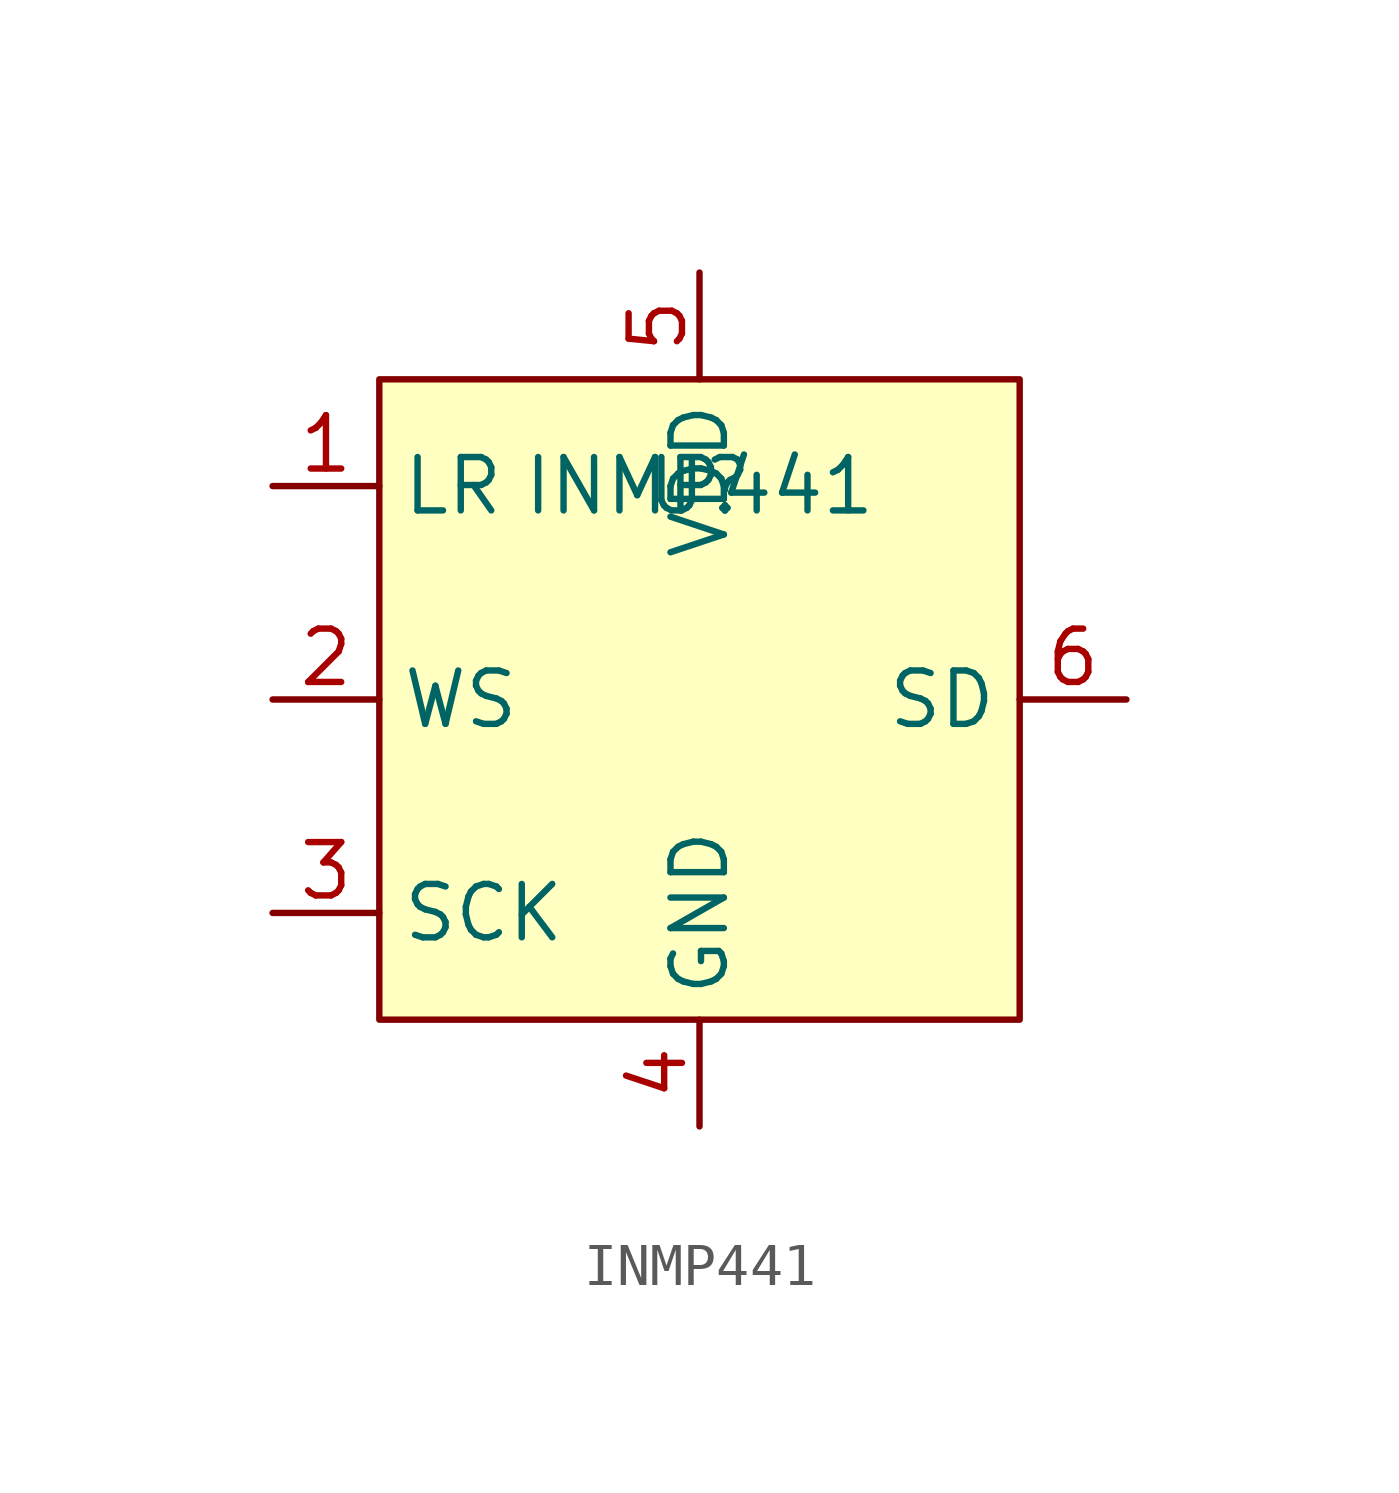
<source format=kicad_sym>
(kicad_symbol_lib
  (version 20211014)
  (generator kicad_symbol_editor)
  (symbol "INMP441"
    (property "Reference" "U"
      (at 0 0 0)
      (effects (font (size 1.27 1.27))))
    (property "Value" "INMP441"
      (at 0 0 0)
      (effects (font (size 1.27 1.27))))
    (symbol "INMP441_0_1"
      (rectangle (start -7.62 2.54) (end 7.62 -12.7) (stroke (width 0) (type default) (color 0 0 0 0)) (fill (type background))))
    (symbol "INMP441_1_1"
      (pin input line (at -10.16 0 0) (length 2.54) (name "LR" (effects (font (size 1.27 1.27)))) (number "1" (effects (font (size 1.27 1.27)))))
      (pin input line (at -10.16 -5.08 0) (length 2.54) (name "WS" (effects (font (size 1.27 1.27)))) (number "2" (effects (font (size 1.27 1.27)))))
      (pin input line (at -10.16 -10.16 0) (length 2.54) (name "SCK" (effects (font (size 1.27 1.27)))) (number "3" (effects (font (size 1.27 1.27)))))
      (pin power_in line (at 0 -15.24 90) (length 2.54) (name "GND" (effects (font (size 1.27 1.27)))) (number "4" (effects (font (size 1.27 1.27)))))
      (pin power_in line (at 0 5.08 270) (length 2.54) (name "VDD" (effects (font (size 1.27 1.27)))) (number "5" (effects (font (size 1.27 1.27)))))
      (pin output line (at 10.16 -5.08 180) (length 2.54) (name "SD" (effects (font (size 1.27 1.27)))) (number "6" (effects (font (size 1.27 1.27))))))))
</source>
